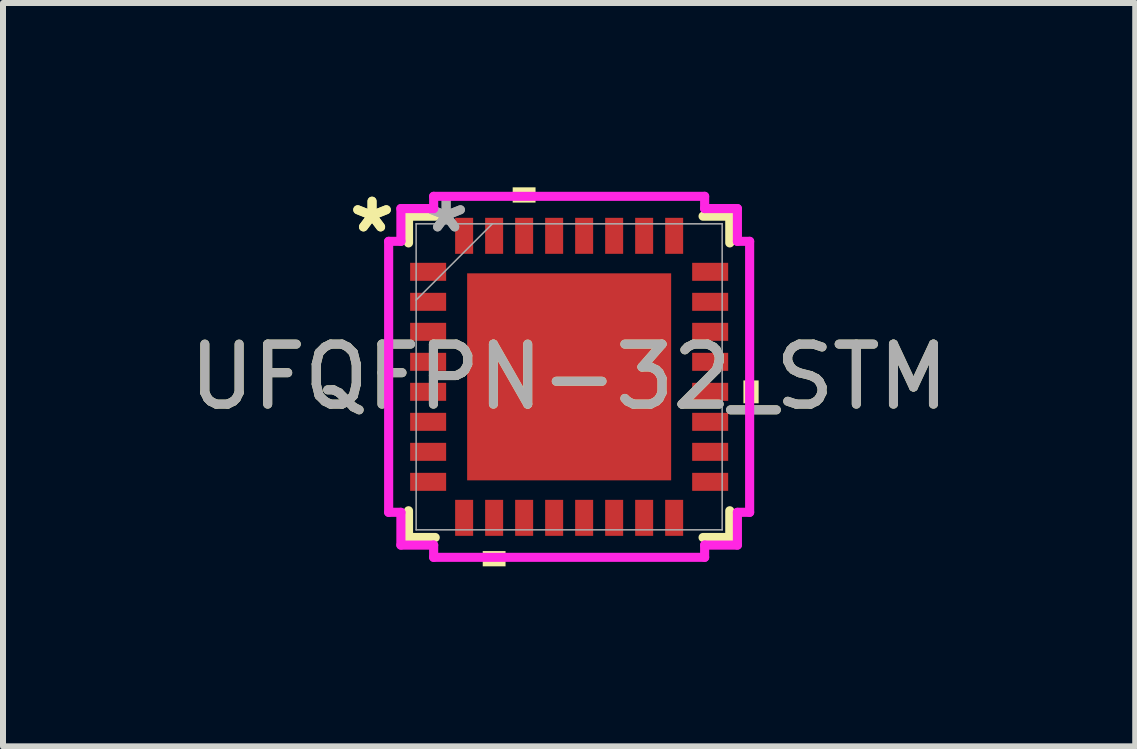
<source format=kicad_pcb>
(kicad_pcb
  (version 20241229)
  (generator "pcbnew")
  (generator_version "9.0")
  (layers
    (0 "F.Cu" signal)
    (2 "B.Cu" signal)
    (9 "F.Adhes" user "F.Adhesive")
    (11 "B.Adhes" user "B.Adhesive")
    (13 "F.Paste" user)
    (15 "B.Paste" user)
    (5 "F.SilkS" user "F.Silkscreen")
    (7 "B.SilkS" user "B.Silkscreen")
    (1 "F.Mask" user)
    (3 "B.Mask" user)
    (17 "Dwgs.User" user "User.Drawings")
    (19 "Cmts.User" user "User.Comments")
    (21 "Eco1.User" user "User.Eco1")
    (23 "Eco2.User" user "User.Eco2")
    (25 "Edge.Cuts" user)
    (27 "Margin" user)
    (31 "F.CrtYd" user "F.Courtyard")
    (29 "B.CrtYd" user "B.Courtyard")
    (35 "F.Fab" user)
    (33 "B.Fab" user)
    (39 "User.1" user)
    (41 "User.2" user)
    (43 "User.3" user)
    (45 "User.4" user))
  (footprint "UFQFPN-32_STM"
    (layer "F.Cu")
    (at 6.435 3.23)
    (property "Reference" "UFQFPN-32_STM" (at 0 0 0) (unlocked yes) (layer "F.SilkS") (effects (font (size 1 1) (thickness 0.15))))
    (attr smd)
    (fp_line (start -2.677 -2.677) (end -2.677 -2.232) (stroke (width 0.152) (type solid)) (layer "F.SilkS"))
    (fp_line (start -2.677 2.232) (end -2.677 2.677) (stroke (width 0.152) (type solid)) (layer "F.SilkS"))
    (fp_line (start -2.677 2.677) (end -2.232 2.677) (stroke (width 0.152) (type solid)) (layer "F.SilkS"))
    (fp_line (start -2.232 -2.677) (end -2.677 -2.677) (stroke (width 0.152) (type solid)) (layer "F.SilkS"))
    (fp_line (start 2.232 2.677) (end 2.677 2.677) (stroke (width 0.152) (type solid)) (layer "F.SilkS"))
    (fp_line (start 2.677 -2.677) (end 2.232 -2.677) (stroke (width 0.152) (type solid)) (layer "F.SilkS"))
    (fp_line (start 2.677 -2.232) (end 2.677 -2.677) (stroke (width 0.152) (type solid)) (layer "F.SilkS"))
    (fp_line (start 2.677 2.677) (end 2.677 2.232) (stroke (width 0.152) (type solid)) (layer "F.SilkS"))
    (fp_poly (pts (xy -1.44 2.904) (xy -1.44 3.158) (xy -1.06 3.158) (xy -1.06 2.904)) (stroke (width 0) (type solid)) (fill yes) (layer "F.SilkS"))
    (fp_poly (pts (xy -0.941 -2.904) (xy -0.941 -3.158) (xy -0.56 -3.158) (xy -0.56 -2.904)) (stroke (width 0) (type solid)) (fill yes) (layer "F.SilkS"))
    (fp_poly (pts (xy 3.158 0.06) (xy 3.158 0.441) (xy 2.904 0.441) (xy 2.904 0.06)) (stroke (width 0) (type solid)) (fill yes) (layer "F.SilkS"))
    (fp_poly (pts (xy -1.6 -1.625) (xy -1.6 -0.1) (xy -0.1 -0.1) (xy -0.1 -1.625)) (stroke (width 0) (type solid)) (fill yes) (layer "F.Paste"))
    (fp_poly (pts (xy -1.6 0.1) (xy -1.6 1.625) (xy -0.1 1.625) (xy -0.1 0.1)) (stroke (width 0) (type solid)) (fill yes) (layer "F.Paste"))
    (fp_poly (pts (xy 0.1 -1.625) (xy 0.1 -0.1) (xy 1.6 -0.1) (xy 1.6 -1.625)) (stroke (width 0) (type solid)) (fill yes) (layer "F.Paste"))
    (fp_poly (pts (xy 0.1 0.1) (xy 0.1 1.625) (xy 1.6 1.625) (xy 1.6 0.1)) (stroke (width 0) (type solid)) (fill yes) (layer "F.Paste"))
    (fp_line (start -3.008 -2.258) (end -2.804 -2.258) (stroke (width 0.152) (type solid)) (layer "F.CrtYd"))
    (fp_line (start -3.008 2.258) (end -3.008 -2.258) (stroke (width 0.152) (type solid)) (layer "F.CrtYd"))
    (fp_line (start -2.804 -2.804) (end -2.258 -2.804) (stroke (width 0.152) (type solid)) (layer "F.CrtYd"))
    (fp_line (start -2.804 -2.258) (end -2.804 -2.804) (stroke (width 0.152) (type solid)) (layer "F.CrtYd"))
    (fp_line (start -2.804 2.258) (end -3.008 2.258) (stroke (width 0.152) (type solid)) (layer "F.CrtYd"))
    (fp_line (start -2.804 2.804) (end -2.804 2.258) (stroke (width 0.152) (type solid)) (layer "F.CrtYd"))
    (fp_line (start -2.258 -3.008) (end 2.258 -3.008) (stroke (width 0.152) (type solid)) (layer "F.CrtYd"))
    (fp_line (start -2.258 -2.804) (end -2.258 -3.008) (stroke (width 0.152) (type solid)) (layer "F.CrtYd"))
    (fp_line (start -2.258 2.804) (end -2.804 2.804) (stroke (width 0.152) (type solid)) (layer "F.CrtYd"))
    (fp_line (start -2.258 3.008) (end -2.258 2.804) (stroke (width 0.152) (type solid)) (layer "F.CrtYd"))
    (fp_line (start 2.258 -3.008) (end 2.258 -2.804) (stroke (width 0.152) (type solid)) (layer "F.CrtYd"))
    (fp_line (start 2.258 -2.804) (end 2.804 -2.804) (stroke (width 0.152) (type solid)) (layer "F.CrtYd"))
    (fp_line (start 2.258 2.804) (end 2.258 3.008) (stroke (width 0.152) (type solid)) (layer "F.CrtYd"))
    (fp_line (start 2.258 3.008) (end -2.258 3.008) (stroke (width 0.152) (type solid)) (layer "F.CrtYd"))
    (fp_line (start 2.804 -2.804) (end 2.804 -2.258) (stroke (width 0.152) (type solid)) (layer "F.CrtYd"))
    (fp_line (start 2.804 -2.258) (end 3.008 -2.258) (stroke (width 0.152) (type solid)) (layer "F.CrtYd"))
    (fp_line (start 2.804 2.258) (end 2.804 2.804) (stroke (width 0.152) (type solid)) (layer "F.CrtYd"))
    (fp_line (start 2.804 2.804) (end 2.258 2.804) (stroke (width 0.152) (type solid)) (layer "F.CrtYd"))
    (fp_line (start 3.008 -2.258) (end 3.008 2.258) (stroke (width 0.152) (type solid)) (layer "F.CrtYd"))
    (fp_line (start 3.008 2.258) (end 2.804 2.258) (stroke (width 0.152) (type solid)) (layer "F.CrtYd"))
    (fp_line (start -2.55 -2.55) (end -2.55 2.55) (stroke (width 0.025) (type solid)) (layer "F.Fab"))
    (fp_line (start -2.55 -1.28) (end -1.28 -2.55) (stroke (width 0.025) (type solid)) (layer "F.Fab"))
    (fp_line (start -2.55 2.55) (end 2.55 2.55) (stroke (width 0.025) (type solid)) (layer "F.Fab"))
    (fp_line (start 2.55 -2.55) (end -2.55 -2.55) (stroke (width 0.025) (type solid)) (layer "F.Fab"))
    (fp_line (start 2.55 2.55) (end 2.55 -2.55) (stroke (width 0.025) (type solid)) (layer "F.Fab"))
    (fp_text user "*" (at -3.285 -2.382 0) (layer "F.SilkS") (effects (font (size 1 1) (thickness 0.15))))
    (fp_text user "*" (at -3.285 -2.382 0) (unlocked yes) (layer "F.SilkS") (effects (font (size 1 1) (thickness 0.15))))
    (fp_text user "${REFERENCE}" (at 0 0 0) (unlocked yes) (layer "F.Fab") (effects (font (size 1 1) (thickness 0.15))))
    (fp_text user "*" (at -2.05 -2.382 0) (unlocked yes) (layer "F.Fab") (effects (font (size 1 1) (thickness 0.15))))
    (fp_text user "*" (at -2.05 -2.382 0) (layer "F.Fab") (effects (font (size 1 1) (thickness 0.15))))
    (pad "1" smd rect (at -2.35 -1.75 90) (size 0.3 0.6) (layers "F.Cu" "F.Mask" "F.Paste"))
    (pad "2" smd rect (at -2.35 -1.25 90) (size 0.3 0.6) (layers "F.Cu" "F.Mask" "F.Paste"))
    (pad "3" smd rect (at -2.35 -0.75 90) (size 0.3 0.6) (layers "F.Cu" "F.Mask" "F.Paste"))
    (pad "4" smd rect (at -2.35 -0.25 90) (size 0.3 0.6) (layers "F.Cu" "F.Mask" "F.Paste"))
    (pad "5" smd rect (at -2.35 0.25 90) (size 0.3 0.6) (layers "F.Cu" "F.Mask" "F.Paste"))
    (pad "6" smd rect (at -2.35 0.75 90) (size 0.3 0.6) (layers "F.Cu" "F.Mask" "F.Paste"))
    (pad "7" smd rect (at -2.35 1.25 90) (size 0.3 0.6) (layers "F.Cu" "F.Mask" "F.Paste"))
    (pad "8" smd rect (at -2.35 1.75 90) (size 0.3 0.6) (layers "F.Cu" "F.Mask" "F.Paste"))
    (pad "9" smd rect (at -1.75 2.35) (size 0.3 0.6) (layers "F.Cu" "F.Mask" "F.Paste"))
    (pad "10" smd rect (at -1.25 2.35) (size 0.3 0.6) (layers "F.Cu" "F.Mask" "F.Paste"))
    (pad "11" smd rect (at -0.75 2.35) (size 0.3 0.6) (layers "F.Cu" "F.Mask" "F.Paste"))
    (pad "12" smd rect (at -0.25 2.35) (size 0.3 0.6) (layers "F.Cu" "F.Mask" "F.Paste"))
    (pad "13" smd rect (at 0.25 2.35) (size 0.3 0.6) (layers "F.Cu" "F.Mask" "F.Paste"))
    (pad "14" smd rect (at 0.75 2.35) (size 0.3 0.6) (layers "F.Cu" "F.Mask" "F.Paste"))
    (pad "15" smd rect (at 1.25 2.35) (size 0.3 0.6) (layers "F.Cu" "F.Mask" "F.Paste"))
    (pad "16" smd rect (at 1.75 2.35) (size 0.3 0.6) (layers "F.Cu" "F.Mask" "F.Paste"))
    (pad "17" smd rect (at 2.35 1.75 90) (size 0.3 0.6) (layers "F.Cu" "F.Mask" "F.Paste"))
    (pad "18" smd rect (at 2.35 1.25 90) (size 0.3 0.6) (layers "F.Cu" "F.Mask" "F.Paste"))
    (pad "19" smd rect (at 2.35 0.75 90) (size 0.3 0.6) (layers "F.Cu" "F.Mask" "F.Paste"))
    (pad "20" smd rect (at 2.35 0.25 90) (size 0.3 0.6) (layers "F.Cu" "F.Mask" "F.Paste"))
    (pad "21" smd rect (at 2.35 -0.25 90) (size 0.3 0.6) (layers "F.Cu" "F.Mask" "F.Paste"))
    (pad "22" smd rect (at 2.35 -0.75 90) (size 0.3 0.6) (layers "F.Cu" "F.Mask" "F.Paste"))
    (pad "23" smd rect (at 2.35 -1.25 90) (size 0.3 0.6) (layers "F.Cu" "F.Mask" "F.Paste"))
    (pad "24" smd rect (at 2.35 -1.75 90) (size 0.3 0.6) (layers "F.Cu" "F.Mask" "F.Paste"))
    (pad "25" smd rect (at 1.75 -2.35) (size 0.3 0.6) (layers "F.Cu" "F.Mask" "F.Paste"))
    (pad "26" smd rect (at 1.25 -2.35) (size 0.3 0.6) (layers "F.Cu" "F.Mask" "F.Paste"))
    (pad "27" smd rect (at 0.75 -2.35) (size 0.3 0.6) (layers "F.Cu" "F.Mask" "F.Paste"))
    (pad "28" smd rect (at 0.25 -2.35) (size 0.3 0.6) (layers "F.Cu" "F.Mask" "F.Paste"))
    (pad "29" smd rect (at -0.25 -2.35) (size 0.3 0.6) (layers "F.Cu" "F.Mask" "F.Paste"))
    (pad "30" smd rect (at -0.75 -2.35) (size 0.3 0.6) (layers "F.Cu" "F.Mask" "F.Paste"))
    (pad "31" smd rect (at -1.25 -2.35) (size 0.3 0.6) (layers "F.Cu" "F.Mask" "F.Paste"))
    (pad "32" smd rect (at -1.75 -2.35) (size 0.3 0.6) (layers "F.Cu" "F.Mask" "F.Paste"))
    (pad "33" smd rect (at 0 0) (size 3.4 3.45) (layers "F.Cu" "F.Mask")))
  (gr_rect
    (start -3 -3)
    (end 15.869 9.388)
    (stroke (width 0.1) (type default))
    (fill no)
    (layer "Edge.Cuts")))
</source>
